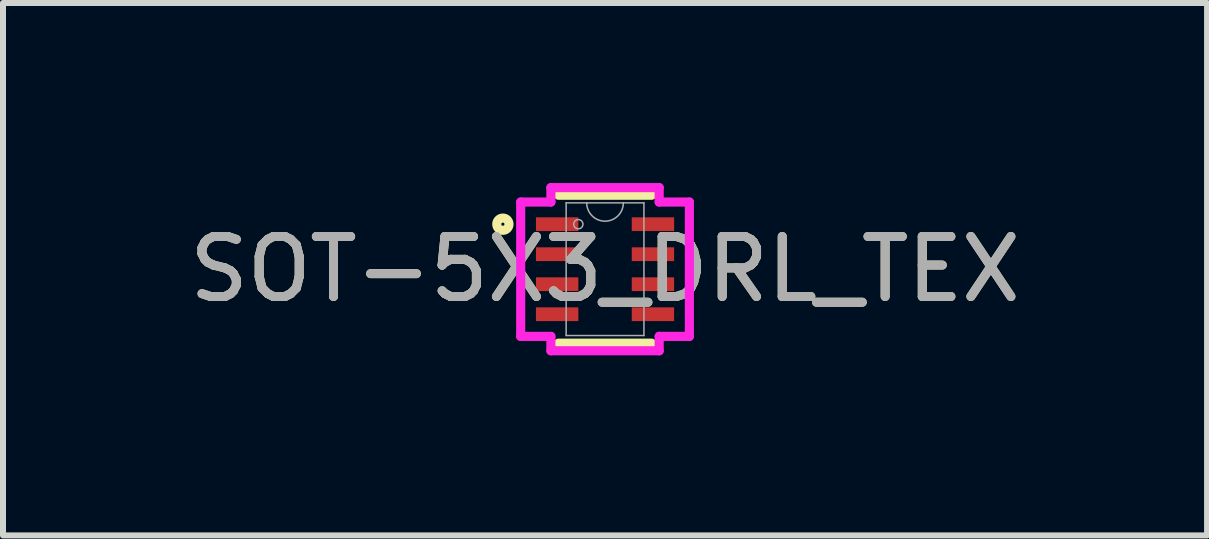
<source format=kicad_pcb>
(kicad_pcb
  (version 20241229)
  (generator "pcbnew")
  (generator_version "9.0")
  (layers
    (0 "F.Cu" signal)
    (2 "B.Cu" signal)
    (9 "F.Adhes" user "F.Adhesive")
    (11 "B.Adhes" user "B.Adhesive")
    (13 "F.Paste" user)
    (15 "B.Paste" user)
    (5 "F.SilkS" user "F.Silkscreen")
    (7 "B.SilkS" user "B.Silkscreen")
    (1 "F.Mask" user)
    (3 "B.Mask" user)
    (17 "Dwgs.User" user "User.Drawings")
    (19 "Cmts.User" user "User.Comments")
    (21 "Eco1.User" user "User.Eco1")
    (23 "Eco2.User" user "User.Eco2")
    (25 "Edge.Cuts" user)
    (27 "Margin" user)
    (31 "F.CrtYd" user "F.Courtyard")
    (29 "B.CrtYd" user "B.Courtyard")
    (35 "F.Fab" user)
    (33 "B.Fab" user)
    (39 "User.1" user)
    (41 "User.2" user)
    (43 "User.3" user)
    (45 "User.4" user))
  (footprint "SOT-5X3_DRL_TEX"
    (layer "F.Cu")
    (at 7.03 1.435)
    (property "Reference" "SOT-5X3_DRL_TEX" (at 0 0 0) (unlocked yes) (layer "F.SilkS") (effects (font (size 1 1) (thickness 0.15))))
    (attr smd)
    (fp_line (start -0.775 1.232) (end 0.775 1.232) (stroke (width 0.152) (type solid)) (layer "F.SilkS"))
    (fp_line (start 0.775 -1.232) (end -0.775 -1.232) (stroke (width 0.152) (type solid)) (layer "F.SilkS"))
    (fp_circle (center -1.702 -0.75) (end -1.6 -0.75) (stroke (width 0.152) (type solid)) (fill no) (layer "F.SilkS"))
    (fp_line (start -1.405 -1.119) (end -0.902 -1.119) (stroke (width 0.152) (type solid)) (layer "F.CrtYd"))
    (fp_line (start -1.405 1.119) (end -1.405 -1.119) (stroke (width 0.152) (type solid)) (layer "F.CrtYd"))
    (fp_line (start -1.405 1.119) (end -0.902 1.119) (stroke (width 0.152) (type solid)) (layer "F.CrtYd"))
    (fp_line (start -0.902 -1.359) (end 0.902 -1.359) (stroke (width 0.152) (type solid)) (layer "F.CrtYd"))
    (fp_line (start -0.902 -1.119) (end -0.902 -1.359) (stroke (width 0.152) (type solid)) (layer "F.CrtYd"))
    (fp_line (start -0.902 1.359) (end -0.902 1.119) (stroke (width 0.152) (type solid)) (layer "F.CrtYd"))
    (fp_line (start 0.902 -1.359) (end 0.902 -1.119) (stroke (width 0.152) (type solid)) (layer "F.CrtYd"))
    (fp_line (start 0.902 1.119) (end 0.902 1.359) (stroke (width 0.152) (type solid)) (layer "F.CrtYd"))
    (fp_line (start 0.902 1.359) (end -0.902 1.359) (stroke (width 0.152) (type solid)) (layer "F.CrtYd"))
    (fp_line (start 1.405 -1.119) (end 0.902 -1.119) (stroke (width 0.152) (type solid)) (layer "F.CrtYd"))
    (fp_line (start 1.405 -1.119) (end 1.405 1.119) (stroke (width 0.152) (type solid)) (layer "F.CrtYd"))
    (fp_line (start 1.405 1.119) (end 0.902 1.119) (stroke (width 0.152) (type solid)) (layer "F.CrtYd"))
    (fp_line (start -0.648 -1.105) (end -0.648 1.105) (stroke (width 0.025) (type solid)) (layer "F.Fab"))
    (fp_line (start -0.648 1.105) (end 0.648 1.105) (stroke (width 0.025) (type solid)) (layer "F.Fab"))
    (fp_line (start 0.648 -1.105) (end -0.648 -1.105) (stroke (width 0.025) (type solid)) (layer "F.Fab"))
    (fp_line (start 0.648 1.105) (end 0.648 -1.105) (stroke (width 0.025) (type solid)) (layer "F.Fab"))
    (fp_arc (start 0.3048 -1.1049) (mid 0 -0.8001) (end -0.3048 -1.1049) (stroke (width 0.0254) (type solid)) (layer "F.Fab"))
    (fp_circle (center -0.445 -0.75) (end -0.368 -0.75) (stroke (width 0.025) (type solid)) (fill no) (layer "F.Fab"))
    (fp_text user "${REFERENCE}" (at 0 0 0) (unlocked yes) (layer "F.Fab") (effects (font (size 1 1) (thickness 0.15))))
    (pad "1" smd rect (at -0.798 -0.75) (size 0.706 0.229) (layers "F.Cu" "F.Mask" "F.Paste"))
    (pad "2" smd rect (at -0.798 -0.25) (size 0.706 0.229) (layers "F.Cu" "F.Mask" "F.Paste"))
    (pad "3" smd rect (at -0.798 0.25) (size 0.706 0.229) (layers "F.Cu" "F.Mask" "F.Paste"))
    (pad "4" smd rect (at -0.798 0.75) (size 0.706 0.229) (layers "F.Cu" "F.Mask" "F.Paste"))
    (pad "5" smd rect (at 0.798 0.75) (size 0.706 0.229) (layers "F.Cu" "F.Mask" "F.Paste"))
    (pad "6" smd rect (at 0.798 0.25) (size 0.706 0.229) (layers "F.Cu" "F.Mask" "F.Paste"))
    (pad "7" smd rect (at 0.798 -0.25) (size 0.706 0.229) (layers "F.Cu" "F.Mask" "F.Paste"))
    (pad "8" smd rect (at 0.798 -0.75) (size 0.706 0.229) (layers "F.Cu" "F.Mask" "F.Paste")))
  (gr_rect
    (start -3 -3)
    (end 17.06 5.87)
    (stroke (width 0.1) (type default))
    (fill no)
    (layer "Edge.Cuts")))
</source>
